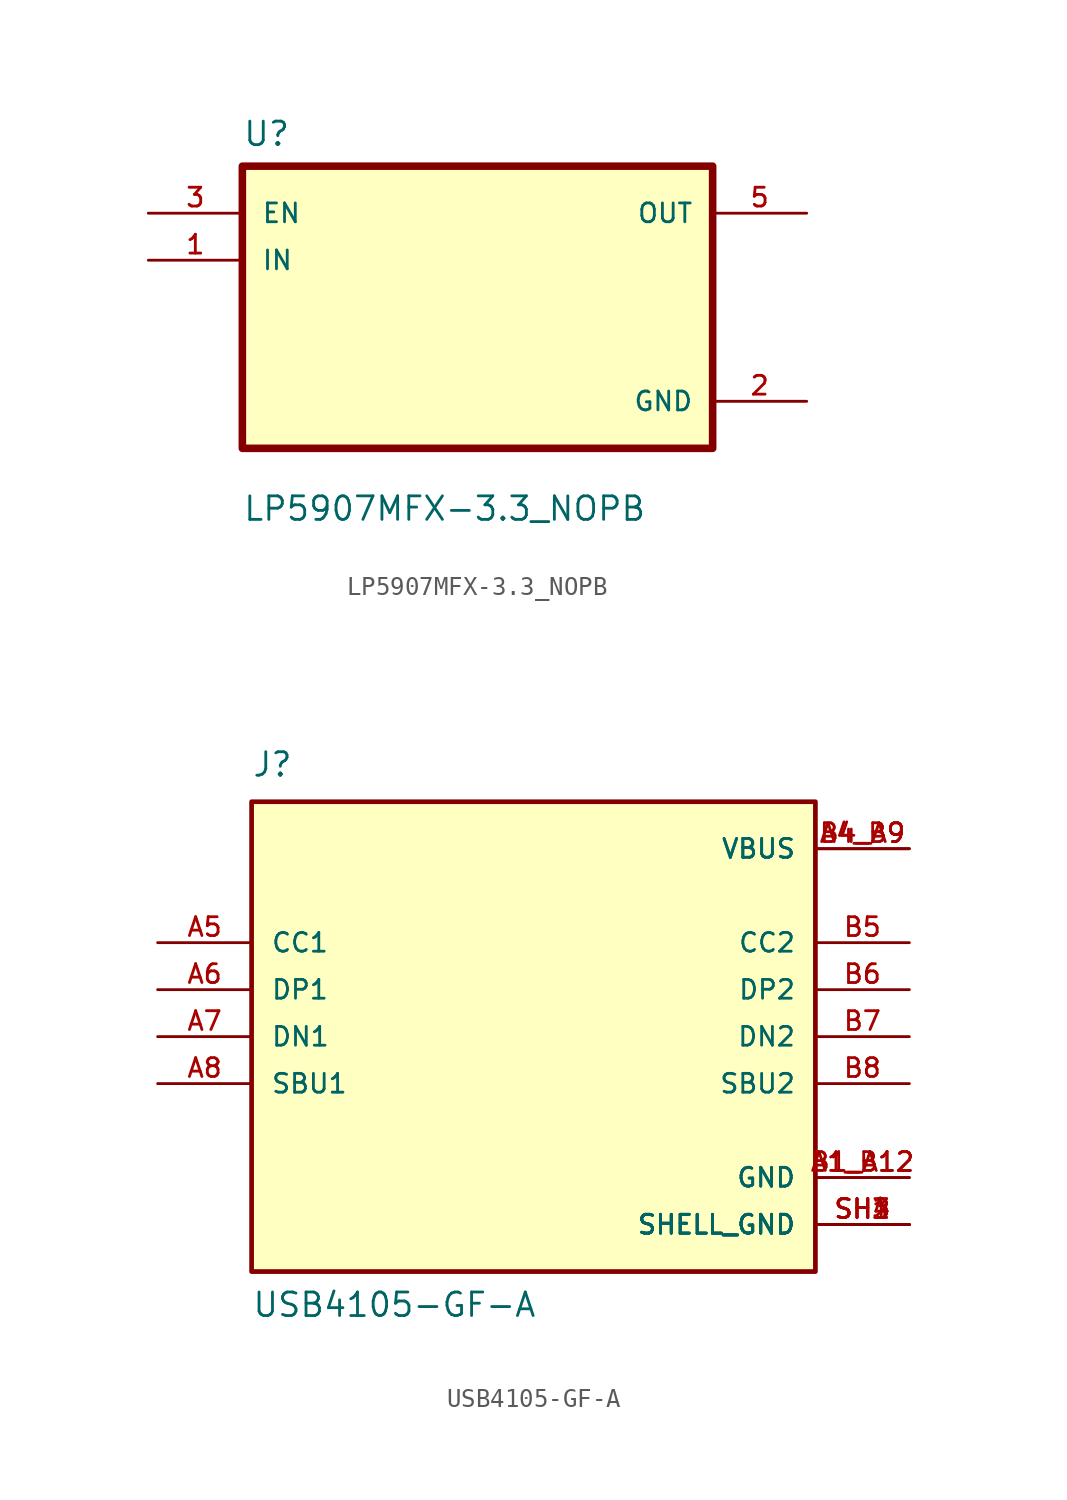
<source format=kicad_sym>
(kicad_symbol_lib
  (version 20231120)
  (generator "kicad_symbol_editor")
  (generator_version "8.0")
  (symbol "LP5907MFX-3.3_NOPB"
    (pin_names
      (offset 1.016))
    (property "Reference" "U"
      (at -12.7 8.62 0)
      (effects (font (size 1.27 1.27)) (justify left bottom)))
    (property "Value" "LP5907MFX-3.3_NOPB"
      (at -12.7 -11.62 0)
      (effects (font (size 1.27 1.27)) (justify left bottom)))
    (symbol "LP5907MFX-3.3_NOPB_0_0"
      (rectangle (start -12.7 -7.62) (end 12.7 7.62) (stroke (width 0.41) (type default)) (fill (type background)))
      (pin input line (at -17.78 2.54 0) (length 5.08) (name "IN" (effects (font (size 1.016 1.016)))) (number "1" (effects (font (size 1.016 1.016)))))
      (pin power_in line (at 17.78 -5.08 180) (length 5.08) (name "GND" (effects (font (size 1.016 1.016)))) (number "2" (effects (font (size 1.016 1.016)))))
      (pin input line (at -17.78 5.08 0) (length 5.08) (name "EN" (effects (font (size 1.016 1.016)))) (number "3" (effects (font (size 1.016 1.016)))))
      (pin output line (at 17.78 5.08 180) (length 5.08) (name "OUT" (effects (font (size 1.016 1.016)))) (number "5" (effects (font (size 1.016 1.016)))))))
  (symbol "USB4105-GF-A"
    (pin_names
      (offset 1.016))
    (property "Reference" "J"
      (at -15.24 13.97 0)
      (effects (font (size 1.27 1.27)) (justify left bottom)))
    (property "Value" "USB4105-GF-A"
      (at -15.24 -15.24 0)
      (effects (font (size 1.27 1.27)) (justify left bottom)))
    (symbol "USB4105-GF-A_0_0"
      (rectangle (start -15.24 -12.7) (end 15.24 12.7) (stroke (width 0.254) (type default)) (fill (type background)))
      (pin power_in line (at 20.32 -7.62 180) (length 5.08) (name "GND" (effects (font (size 1.016 1.016)))) (number "A1_B12" (effects (font (size 1.016 1.016)))))
      (pin power_in line (at 20.32 10.16 180) (length 5.08) (name "VBUS" (effects (font (size 1.016 1.016)))) (number "A4_B9" (effects (font (size 1.016 1.016)))))
      (pin bidirectional line (at -20.32 5.08 0) (length 5.08) (name "CC1" (effects (font (size 1.016 1.016)))) (number "A5" (effects (font (size 1.016 1.016)))))
      (pin bidirectional line (at -20.32 2.54 0) (length 5.08) (name "DP1" (effects (font (size 1.016 1.016)))) (number "A6" (effects (font (size 1.016 1.016)))))
      (pin bidirectional line (at -20.32 0 0) (length 5.08) (name "DN1" (effects (font (size 1.016 1.016)))) (number "A7" (effects (font (size 1.016 1.016)))))
      (pin bidirectional line (at -20.32 -2.54 0) (length 5.08) (name "SBU1" (effects (font (size 1.016 1.016)))) (number "A8" (effects (font (size 1.016 1.016)))))
      (pin power_in line (at 20.32 -7.62 180) (length 5.08) (name "GND" (effects (font (size 1.016 1.016)))) (number "B1_A12" (effects (font (size 1.016 1.016)))))
      (pin power_in line (at 20.32 10.16 180) (length 5.08) (name "VBUS" (effects (font (size 1.016 1.016)))) (number "B4_A9" (effects (font (size 1.016 1.016)))))
      (pin bidirectional line (at 20.32 5.08 180) (length 5.08) (name "CC2" (effects (font (size 1.016 1.016)))) (number "B5" (effects (font (size 1.016 1.016)))))
      (pin bidirectional line (at 20.32 2.54 180) (length 5.08) (name "DP2" (effects (font (size 1.016 1.016)))) (number "B6" (effects (font (size 1.016 1.016)))))
      (pin bidirectional line (at 20.32 0 180) (length 5.08) (name "DN2" (effects (font (size 1.016 1.016)))) (number "B7" (effects (font (size 1.016 1.016)))))
      (pin bidirectional line (at 20.32 -2.54 180) (length 5.08) (name "SBU2" (effects (font (size 1.016 1.016)))) (number "B8" (effects (font (size 1.016 1.016)))))
      (pin power_in line (at 20.32 -10.16 180) (length 5.08) (name "SHELL_GND" (effects (font (size 1.016 1.016)))) (number "SH1" (effects (font (size 1.016 1.016)))))
      (pin power_in line (at 20.32 -10.16 180) (length 5.08) (name "SHELL_GND" (effects (font (size 1.016 1.016)))) (number "SH2" (effects (font (size 1.016 1.016)))))
      (pin power_in line (at 20.32 -10.16 180) (length 5.08) (name "SHELL_GND" (effects (font (size 1.016 1.016)))) (number "SH3" (effects (font (size 1.016 1.016)))))
      (pin power_in line (at 20.32 -10.16 180) (length 5.08) (name "SHELL_GND" (effects (font (size 1.016 1.016)))) (number "SH4" (effects (font (size 1.016 1.016))))))))
</source>
